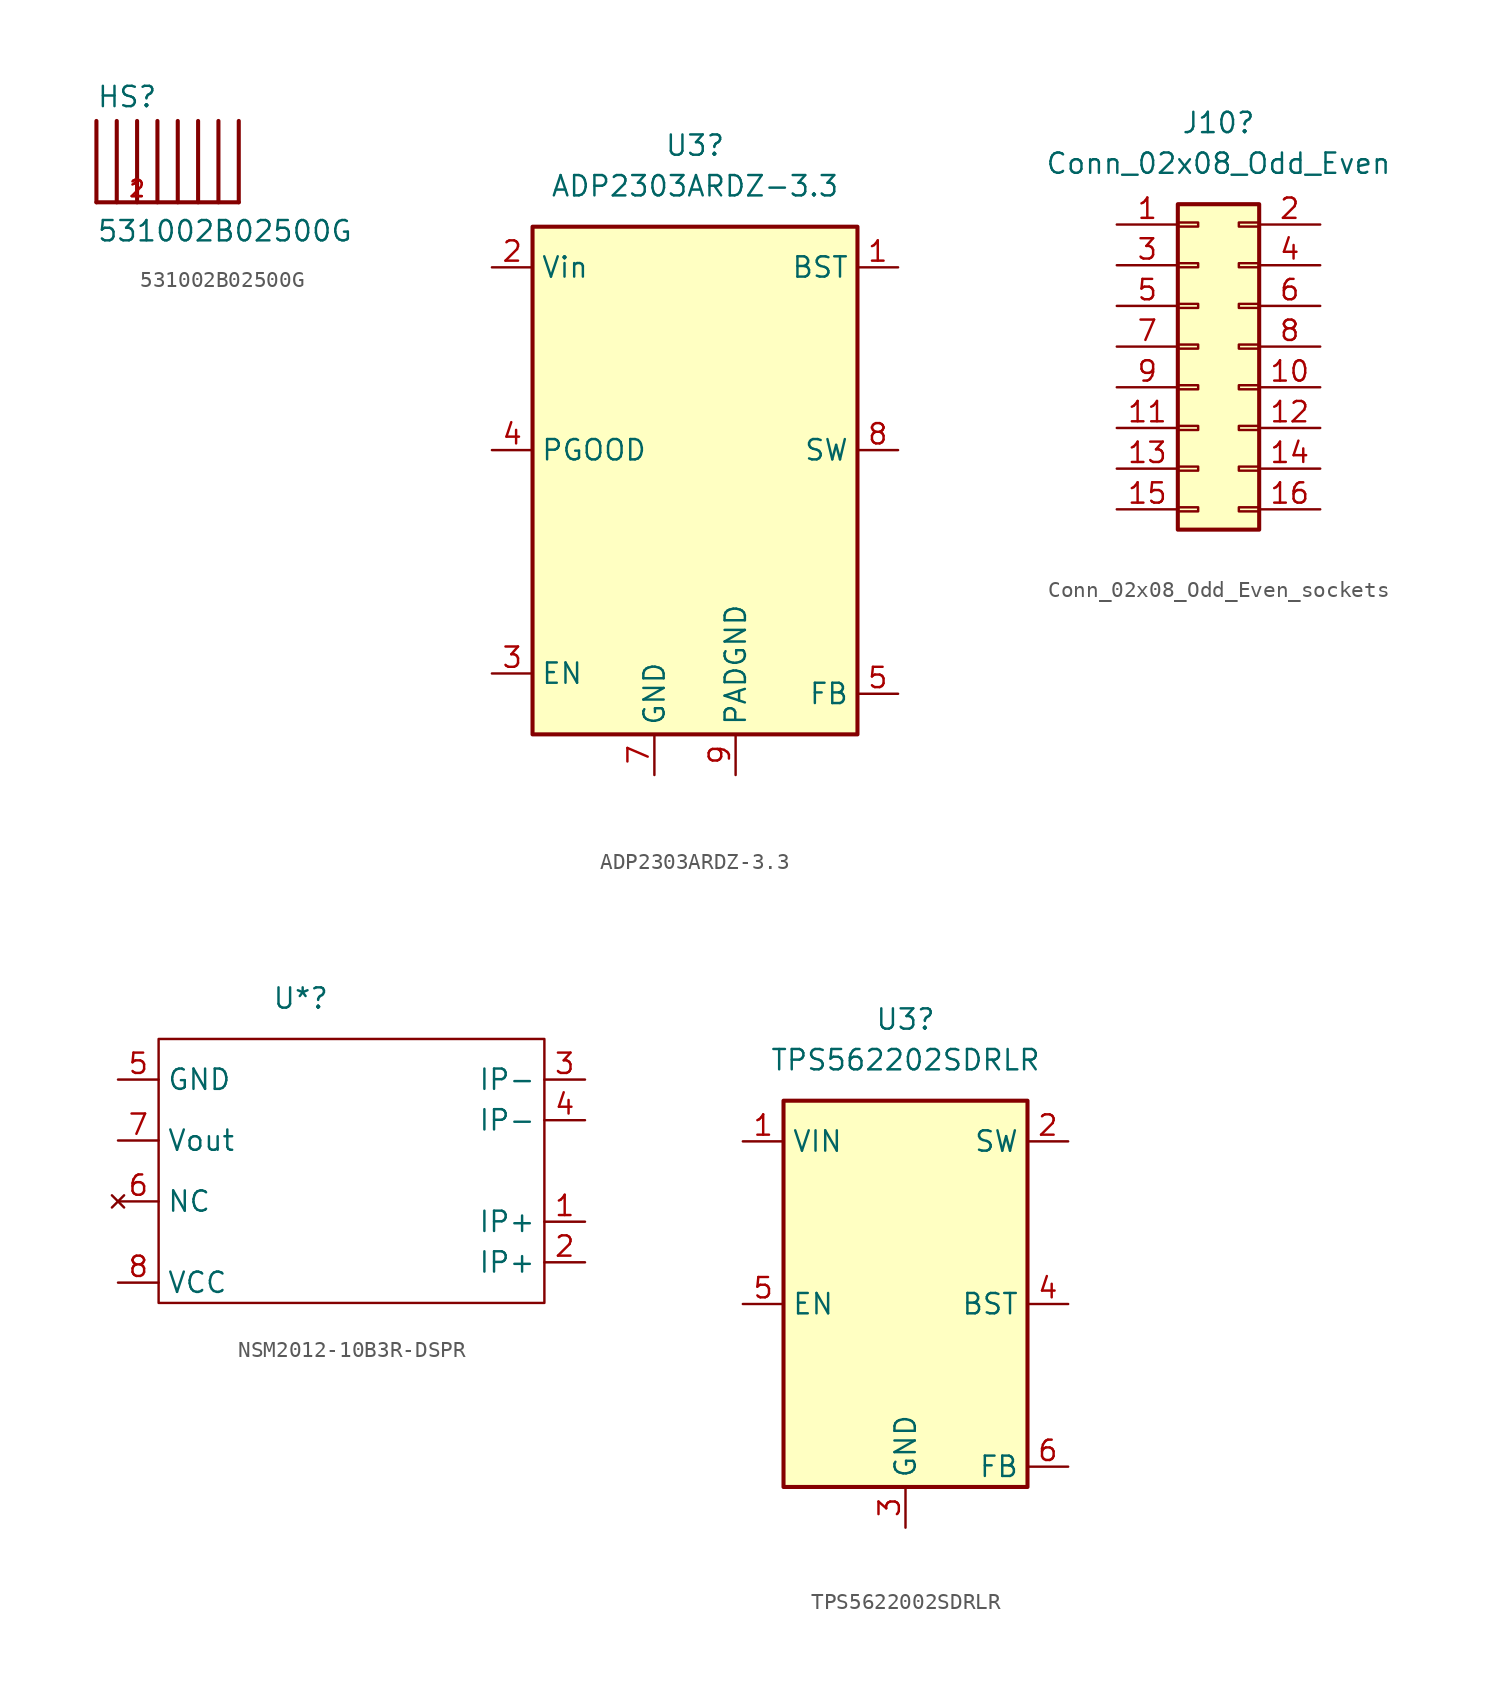
<source format=kicad_sym>
(kicad_symbol_lib
  (version 20220914)
  (generator kicad_symbol_editor)
  (symbol "531002B02500G"
    (pin_names
      (offset 1.016))
    (property "Reference" "HS"
      (at -5.08 5.842 0)
      (effects (font (size 1.27 1.27)) (justify left bottom)))
    (property "Value" "531002B02500G"
      (at -5.08 -2.54 0)
      (effects (font (size 1.27 1.27)) (justify left bottom)))
    (symbol "531002B02500G_0_0"
      (polyline (pts (xy -5.08 0) (xy 3.81 0)) (stroke (width 0.254) (type default)) (fill (type none)))
      (polyline (pts (xy -5.08 5.08) (xy -5.08 0)) (stroke (width 0.254) (type default)) (fill (type none)))
      (polyline (pts (xy -3.81 5.08) (xy -3.81 0)) (stroke (width 0.254) (type default)) (fill (type none)))
      (polyline (pts (xy -2.54 5.08) (xy -2.54 0)) (stroke (width 0.254) (type default)) (fill (type none)))
      (polyline (pts (xy -1.27 5.08) (xy -1.27 0)) (stroke (width 0.254) (type default)) (fill (type none)))
      (polyline (pts (xy 0 5.08) (xy 0 0)) (stroke (width 0.254) (type default)) (fill (type none)))
      (polyline (pts (xy 1.27 5.08) (xy 1.27 0)) (stroke (width 0.254) (type default)) (fill (type none)))
      (polyline (pts (xy 2.54 5.08) (xy 2.54 0)) (stroke (width 0.254) (type default)) (fill (type none)))
      (polyline (pts (xy 3.81 5.08) (xy 3.81 0)) (stroke (width 0.254) (type default)) (fill (type none)))
      (pin passive line (at -5.08 0 0) (length 5.08) (name "~" (effects (font (size 1.016 1.016)))) (number "1" (effects (font (size 1.016 1.016)))))
      (pin passive line (at -5.08 0 0) (length 5.08) (name "~" (effects (font (size 1.016 1.016)))) (number "2" (effects (font (size 1.016 1.016)))))))
  (symbol "ADP2303ARDZ-3.3"
    (property "Reference" "U3"
      (at 0 12.7 0)
      (effects (font (size 1.27 1.27))))
    (property "Value" "ADP2303ARDZ-3.3"
      (at 0 10.16 0)
      (effects (font (size 1.27 1.27))))
    (symbol "ADP2303ARDZ-3.3_0_1"
      (rectangle (start -10.16 7.62) (end 10.16 -24.13) (stroke (width 0.254) (type default)) (fill (type background))))
    (symbol "ADP2303ARDZ-3.3_1_1"
      (pin input line (at 12.7 5.08 180) (length 2.54) (name "BST" (effects (font (size 1.27 1.27)))) (number "1" (effects (font (size 1.27 1.27)))))
      (pin power_in line (at -12.7 5.08 0) (length 2.54) (name "Vin" (effects (font (size 1.27 1.27)))) (number "2" (effects (font (size 1.27 1.27)))))
      (pin input line (at -12.7 -20.32 0) (length 2.54) (name "EN" (effects (font (size 1.27 1.27)))) (number "3" (effects (font (size 1.27 1.27)))))
      (pin output line (at -12.7 -6.35 0) (length 2.54) (name "PGOOD" (effects (font (size 1.27 1.27)))) (number "4" (effects (font (size 1.27 1.27)))))
      (pin input line (at 12.7 -21.59 180) (length 2.54) (name "FB" (effects (font (size 1.27 1.27)))) (number "5" (effects (font (size 1.27 1.27)))))
      (pin no_connect line (at -10.16 2.54 0) (length 2.54) hide (name "NC" (effects (font (size 1.27 1.27)))) (number "6" (effects (font (size 1.27 1.27)))))
      (pin power_in line (at -2.54 -26.67 90) (length 2.54) (name "GND" (effects (font (size 1.27 1.27)))) (number "7" (effects (font (size 1.27 1.27)))))
      (pin power_out line (at 12.7 -6.35 180) (length 2.54) (name "SW" (effects (font (size 1.27 1.27)))) (number "8" (effects (font (size 1.27 1.27)))))
      (pin power_in line (at 2.54 -26.67 90) (length 2.54) (name "PADGND" (effects (font (size 1.27 1.27)))) (number "9" (effects (font (size 1.27 1.27)))))))
  (symbol "Conn_02x08_Odd_Even_sockets"
    (pin_names
      (offset 1.016) hide)
    (property "Reference" "J10"
      (at 1.27 13.97 0)
      (effects (font (size 1.27 1.27))))
    (property "Value" "Conn_02x08_Odd_Even"
      (at 1.27 11.43 0)
      (effects (font (size 1.27 1.27))))
    (symbol "Conn_02x08_Odd_Even_sockets_1_1"
      (rectangle (start -1.27 -10.033) (end 0 -10.287) (stroke (width 0.152) (type default)) (fill (type none)))
      (rectangle (start -1.27 -7.493) (end 0 -7.747) (stroke (width 0.152) (type default)) (fill (type none)))
      (rectangle (start -1.27 -4.953) (end 0 -5.207) (stroke (width 0.152) (type default)) (fill (type none)))
      (rectangle (start -1.27 -2.413) (end 0 -2.667) (stroke (width 0.152) (type default)) (fill (type none)))
      (rectangle (start -1.27 0.127) (end 0 -0.127) (stroke (width 0.152) (type default)) (fill (type none)))
      (rectangle (start -1.27 2.667) (end 0 2.413) (stroke (width 0.152) (type default)) (fill (type none)))
      (rectangle (start -1.27 5.207) (end 0 4.953) (stroke (width 0.152) (type default)) (fill (type none)))
      (rectangle (start -1.27 7.747) (end 0 7.493) (stroke (width 0.152) (type default)) (fill (type none)))
      (rectangle (start -1.27 8.89) (end 3.81 -11.43) (stroke (width 0.254) (type default)) (fill (type background)))
      (rectangle (start 3.81 -10.033) (end 2.54 -10.287) (stroke (width 0.152) (type default)) (fill (type none)))
      (rectangle (start 3.81 -7.493) (end 2.54 -7.747) (stroke (width 0.152) (type default)) (fill (type none)))
      (rectangle (start 3.81 -4.953) (end 2.54 -5.207) (stroke (width 0.152) (type default)) (fill (type none)))
      (rectangle (start 3.81 -2.413) (end 2.54 -2.667) (stroke (width 0.152) (type default)) (fill (type none)))
      (rectangle (start 3.81 0.127) (end 2.54 -0.127) (stroke (width 0.152) (type default)) (fill (type none)))
      (rectangle (start 3.81 2.667) (end 2.54 2.413) (stroke (width 0.152) (type default)) (fill (type none)))
      (rectangle (start 3.81 5.207) (end 2.54 4.953) (stroke (width 0.152) (type default)) (fill (type none)))
      (rectangle (start 3.81 7.747) (end 2.54 7.493) (stroke (width 0.152) (type default)) (fill (type none)))
      (pin passive line (at -5.08 7.62 0) (length 3.81) (name "Pin_1" (effects (font (size 1.27 1.27)))) (number "1" (effects (font (size 1.27 1.27)))))
      (pin passive line (at 7.62 -2.54 180) (length 3.81) (name "Pin_10" (effects (font (size 1.27 1.27)))) (number "10" (effects (font (size 1.27 1.27)))))
      (pin passive line (at -5.08 -5.08 0) (length 3.81) (name "Pin_11" (effects (font (size 1.27 1.27)))) (number "11" (effects (font (size 1.27 1.27)))))
      (pin passive line (at 7.62 -5.08 180) (length 3.81) (name "Pin_12" (effects (font (size 1.27 1.27)))) (number "12" (effects (font (size 1.27 1.27)))))
      (pin passive line (at -5.08 -7.62 0) (length 3.81) (name "Pin_13" (effects (font (size 1.27 1.27)))) (number "13" (effects (font (size 1.27 1.27)))))
      (pin passive line (at 7.62 -7.62 180) (length 3.81) (name "Pin_14" (effects (font (size 1.27 1.27)))) (number "14" (effects (font (size 1.27 1.27)))))
      (pin passive line (at -5.08 -10.16 0) (length 3.81) (name "Pin_15" (effects (font (size 1.27 1.27)))) (number "15" (effects (font (size 1.27 1.27)))))
      (pin passive line (at 7.62 -10.16 180) (length 3.81) (name "Pin_16" (effects (font (size 1.27 1.27)))) (number "16" (effects (font (size 1.27 1.27)))))
      (pin passive line (at 7.62 7.62 180) (length 3.81) (name "Pin_2" (effects (font (size 1.27 1.27)))) (number "2" (effects (font (size 1.27 1.27)))))
      (pin passive line (at -5.08 5.08 0) (length 3.81) (name "Pin_3" (effects (font (size 1.27 1.27)))) (number "3" (effects (font (size 1.27 1.27)))))
      (pin passive line (at 7.62 5.08 180) (length 3.81) (name "Pin_4" (effects (font (size 1.27 1.27)))) (number "4" (effects (font (size 1.27 1.27)))))
      (pin passive line (at -5.08 2.54 0) (length 3.81) (name "Pin_5" (effects (font (size 1.27 1.27)))) (number "5" (effects (font (size 1.27 1.27)))))
      (pin passive line (at 7.62 2.54 180) (length 3.81) (name "Pin_6" (effects (font (size 1.27 1.27)))) (number "6" (effects (font (size 1.27 1.27)))))
      (pin passive line (at -5.08 0 0) (length 3.81) (name "Pin_7" (effects (font (size 1.27 1.27)))) (number "7" (effects (font (size 1.27 1.27)))))
      (pin passive line (at 7.62 0 180) (length 3.81) (name "Pin_8" (effects (font (size 1.27 1.27)))) (number "8" (effects (font (size 1.27 1.27)))))
      (pin passive line (at -5.08 -2.54 0) (length 3.81) (name "Pin_9" (effects (font (size 1.27 1.27)))) (number "9" (effects (font (size 1.27 1.27)))))))
  (symbol "NSM2012-10B3R-DSPR"
    (property "Reference" "U*"
      (at 8.89 2.54 0)
      (effects (font (size 1.27 1.27))))
    (property "Value" ""
      (at 0 0 0)
      (effects (font (size 1.27 1.27))))
    (symbol "NSM2012-10B3R-DSPR_0_1"
      (rectangle (start 0 0) (end 24.13 -16.51) (stroke (width 0) (type default)) (fill (type none))))
    (symbol "NSM2012-10B3R-DSPR_1_1"
      (pin passive line (at 26.67 -11.43 180) (length 2.54) (name "IP+" (effects (font (size 1.27 1.27)))) (number "1" (effects (font (size 1.27 1.27)))))
      (pin passive line (at 26.67 -13.97 180) (length 2.54) (name "IP+" (effects (font (size 1.27 1.27)))) (number "2" (effects (font (size 1.27 1.27)))))
      (pin passive line (at 26.67 -2.54 180) (length 2.54) (name "IP-" (effects (font (size 1.27 1.27)))) (number "3" (effects (font (size 1.27 1.27)))))
      (pin passive line (at 26.67 -5.08 180) (length 2.54) (name "IP-" (effects (font (size 1.27 1.27)))) (number "4" (effects (font (size 1.27 1.27)))))
      (pin power_in line (at -2.54 -2.54 0) (length 2.54) (name "GND" (effects (font (size 1.27 1.27)))) (number "5" (effects (font (size 1.27 1.27)))))
      (pin no_connect line (at -2.54 -10.16 0) (length 2.54) (name "NC" (effects (font (size 1.27 1.27)))) (number "6" (effects (font (size 1.27 1.27)))))
      (pin output line (at -2.54 -6.35 0) (length 2.54) (name "Vout" (effects (font (size 1.27 1.27)))) (number "7" (effects (font (size 1.27 1.27)))))
      (pin power_in line (at -2.54 -15.24 0) (length 2.54) (name "VCC" (effects (font (size 1.27 1.27)))) (number "8" (effects (font (size 1.27 1.27)))))))
  (symbol "TPS5622002SDRLR"
    (property "Reference" "U3"
      (at 0 10.16 0)
      (effects (font (size 1.27 1.27))))
    (property "Value" "TPS562202SDRLR"
      (at 0 7.62 0)
      (effects (font (size 1.27 1.27))))
    (symbol "TPS5622002SDRLR_0_1"
      (rectangle (start -7.62 5.08) (end 7.62 -19.05) (stroke (width 0.254) (type default)) (fill (type background))))
    (symbol "TPS5622002SDRLR_1_1"
      (pin power_in line (at -10.16 2.54 0) (length 2.54) (name "VIN" (effects (font (size 1.27 1.27)))) (number "1" (effects (font (size 1.27 1.27)))))
      (pin output line (at 10.16 2.54 180) (length 2.54) (name "SW" (effects (font (size 1.27 1.27)))) (number "2" (effects (font (size 1.27 1.27)))))
      (pin power_in line (at 0 -21.59 90) (length 2.54) (name "GND" (effects (font (size 1.27 1.27)))) (number "3" (effects (font (size 1.27 1.27)))))
      (pin passive line (at 10.16 -7.62 180) (length 2.54) (name "BST" (effects (font (size 1.27 1.27)))) (number "4" (effects (font (size 1.27 1.27)))))
      (pin input line (at -10.16 -7.62 0) (length 2.54) (name "EN" (effects (font (size 1.27 1.27)))) (number "5" (effects (font (size 1.27 1.27)))))
      (pin input line (at 10.16 -17.78 180) (length 2.54) (name "FB" (effects (font (size 1.27 1.27)))) (number "6" (effects (font (size 1.27 1.27))))))))
</source>
